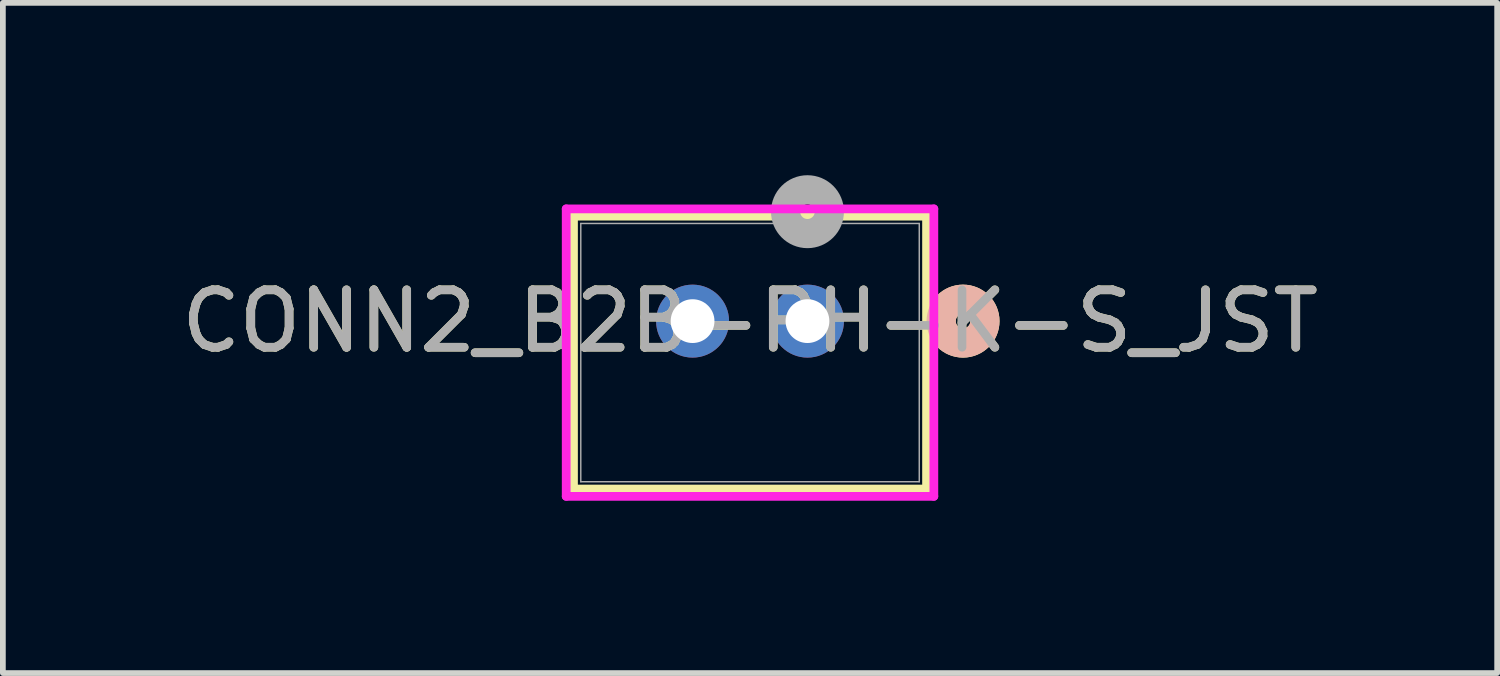
<source format=kicad_pcb>
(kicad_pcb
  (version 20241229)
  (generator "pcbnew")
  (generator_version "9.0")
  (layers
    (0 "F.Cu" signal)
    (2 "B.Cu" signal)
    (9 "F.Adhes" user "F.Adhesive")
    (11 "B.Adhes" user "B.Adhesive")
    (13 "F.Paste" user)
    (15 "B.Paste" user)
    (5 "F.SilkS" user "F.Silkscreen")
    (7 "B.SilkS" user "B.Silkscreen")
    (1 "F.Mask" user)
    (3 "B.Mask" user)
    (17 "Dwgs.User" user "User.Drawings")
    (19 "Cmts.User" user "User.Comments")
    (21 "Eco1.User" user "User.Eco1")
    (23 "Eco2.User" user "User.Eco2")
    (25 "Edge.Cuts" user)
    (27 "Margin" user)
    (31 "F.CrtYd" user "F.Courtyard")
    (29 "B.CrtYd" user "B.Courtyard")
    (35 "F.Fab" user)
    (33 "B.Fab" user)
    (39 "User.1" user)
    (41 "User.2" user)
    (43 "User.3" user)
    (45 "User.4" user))
  (footprint "CONN2_B2B-PH-K-S_JST"
    (layer "F.Cu")
    (at 11.006 2.54)
    (property "Reference" "CONN2_B2B-PH-K-S_JST" (at -1 0 0) (unlocked yes) (layer "F.SilkS") (effects (font (size 1 1) (thickness 0.15))))
    (attr through_hole)
    (fp_line (start -4.073 -1.827) (end -4.073 2.923) (stroke (width 0.152) (type solid)) (layer "F.SilkS"))
    (fp_line (start -4.073 2.923) (end 2.073 2.923) (stroke (width 0.152) (type solid)) (layer "F.SilkS"))
    (fp_line (start 2.073 -1.827) (end -4.073 -1.827) (stroke (width 0.152) (type solid)) (layer "F.SilkS"))
    (fp_line (start 2.073 2.923) (end 2.073 -1.827) (stroke (width 0.152) (type solid)) (layer "F.SilkS"))
    (fp_circle (center 2.708 0) (end 3.089 0) (stroke (width 0.508) (type solid)) (fill no) (layer "F.SilkS"))
    (fp_circle (center 2.708 0) (end 3.089 0) (stroke (width 0.508) (type solid)) (fill no) (layer "B.SilkS"))
    (fp_line (start -4.2 -1.954) (end -4.2 3.05) (stroke (width 0.152) (type solid)) (layer "F.CrtYd"))
    (fp_line (start -4.2 3.05) (end 2.2 3.05) (stroke (width 0.152) (type solid)) (layer "F.CrtYd"))
    (fp_line (start 2.2 -1.954) (end -4.2 -1.954) (stroke (width 0.152) (type solid)) (layer "F.CrtYd"))
    (fp_line (start 2.2 3.05) (end 2.2 -1.954) (stroke (width 0.152) (type solid)) (layer "F.CrtYd"))
    (fp_line (start -3.946 -1.7) (end -3.946 2.796) (stroke (width 0.025) (type solid)) (layer "F.Fab"))
    (fp_line (start -3.946 2.796) (end 1.946 2.796) (stroke (width 0.025) (type solid)) (layer "F.Fab"))
    (fp_line (start 1.946 -1.7) (end -3.946 -1.7) (stroke (width 0.025) (type solid)) (layer "F.Fab"))
    (fp_line (start 1.946 2.796) (end 1.946 -1.7) (stroke (width 0.025) (type solid)) (layer "F.Fab"))
    (fp_circle (center 0 -1.905) (end 0.381 -1.905) (stroke (width 0.508) (type solid)) (fill no) (layer "F.Fab"))
    (fp_text user "${REFERENCE}" (at -1 0 0) (unlocked yes) (layer "F.Fab") (effects (font (size 1 1) (thickness 0.15))))
    (pad "1" thru_hole circle (at 0 0) (size 1.27 1.27) (drill 0.762) (layers "*.Cu" "*.Mask"))
    (pad "2" thru_hole circle (at -2 0) (size 1.27 1.27) (drill 0.762) (layers "*.Cu" "*.Mask")))
  (gr_rect
    (start -3 -3)
    (end 23.012 8.666)
    (stroke (width 0.1) (type default))
    (fill no)
    (layer "Edge.Cuts")))
</source>
